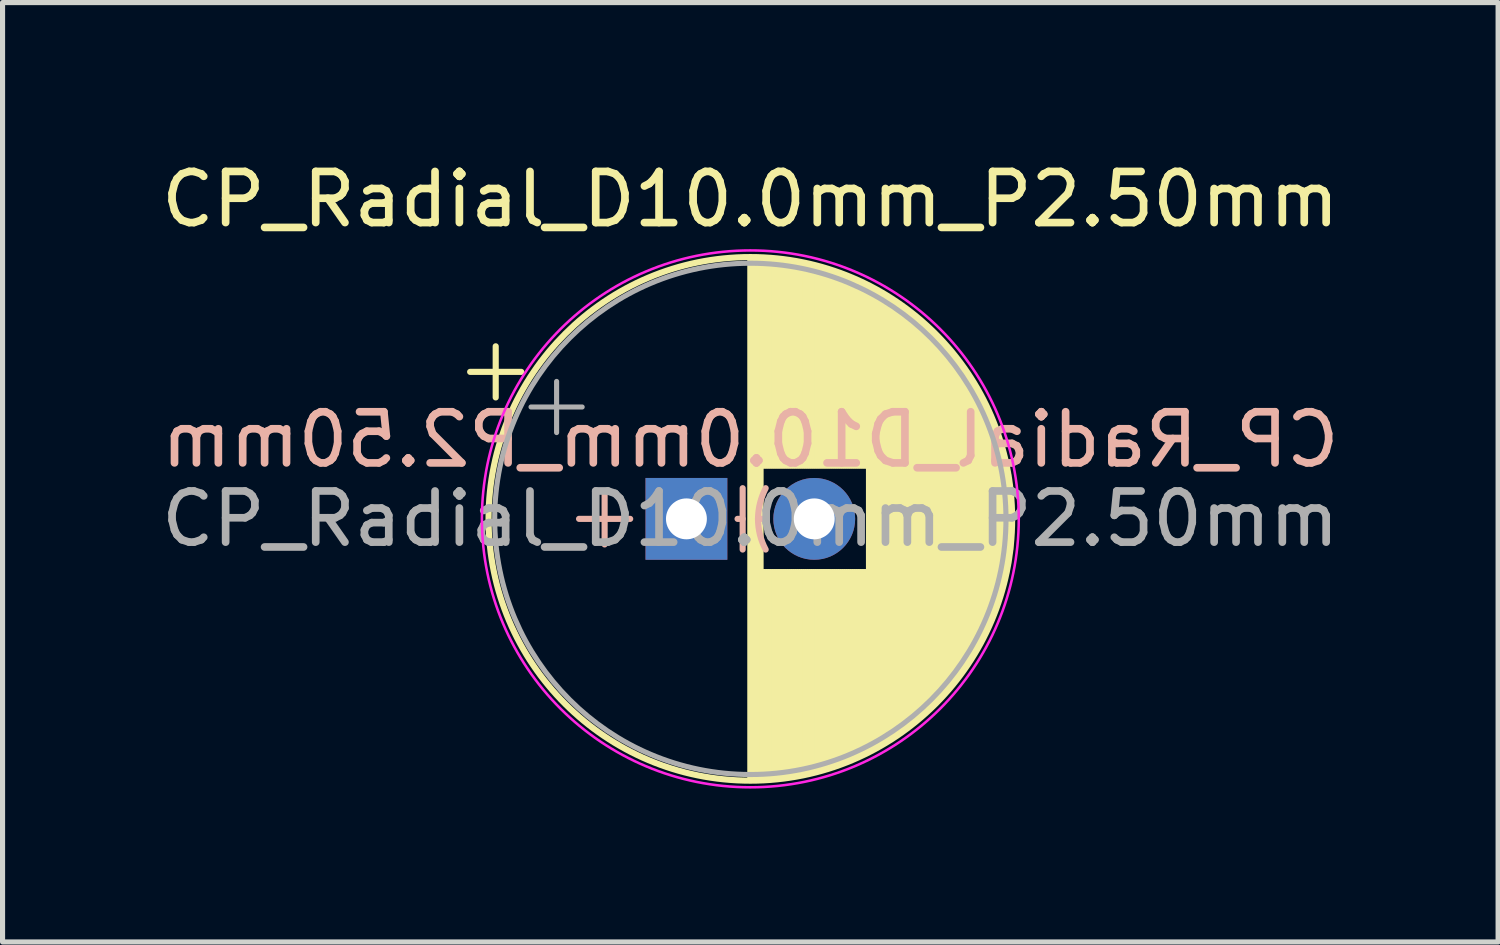
<source format=kicad_pcb>
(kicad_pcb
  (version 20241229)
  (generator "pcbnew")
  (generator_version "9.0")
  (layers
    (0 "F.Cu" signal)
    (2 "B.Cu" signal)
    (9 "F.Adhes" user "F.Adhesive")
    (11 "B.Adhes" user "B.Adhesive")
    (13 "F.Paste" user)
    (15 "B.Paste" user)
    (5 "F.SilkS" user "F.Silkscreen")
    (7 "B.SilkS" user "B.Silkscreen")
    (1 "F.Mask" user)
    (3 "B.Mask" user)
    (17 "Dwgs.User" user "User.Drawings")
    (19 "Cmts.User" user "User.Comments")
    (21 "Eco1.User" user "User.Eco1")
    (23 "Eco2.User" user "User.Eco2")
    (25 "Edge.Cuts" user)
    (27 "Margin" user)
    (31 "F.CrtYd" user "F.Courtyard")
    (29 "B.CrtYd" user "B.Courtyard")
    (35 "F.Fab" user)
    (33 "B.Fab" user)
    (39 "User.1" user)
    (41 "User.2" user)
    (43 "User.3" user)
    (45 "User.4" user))
  (footprint "CP_Radial_D10.0mm_P2.50mm"
    (layer "F.Cu")
    (at 10.375 7.098)
    (property "Reference" "CP_Radial_D10.0mm_P2.50mm" (at 1.25 -6.25 0) (layer "F.SilkS") (effects (font (size 1 1) (thickness 0.15))))
    (fp_line (start -4.23 -2.875) (end -3.23 -2.875) (stroke (width 0.12) (type solid)) (layer "F.SilkS"))
    (fp_line (start -3.73 -3.375) (end -3.73 -2.375) (stroke (width 0.12) (type solid)) (layer "F.SilkS"))
    (fp_line (start 1.25 -5.08) (end 1.25 5.08) (stroke (width 0.12) (type solid)) (layer "F.SilkS"))
    (fp_line (start 1.29 -5.08) (end 1.29 5.08) (stroke (width 0.12) (type solid)) (layer "F.SilkS"))
    (fp_line (start 1.33 -5.08) (end 1.33 5.08) (stroke (width 0.12) (type solid)) (layer "F.SilkS"))
    (fp_line (start 1.37 -5.079) (end 1.37 5.079) (stroke (width 0.12) (type solid)) (layer "F.SilkS"))
    (fp_line (start 1.41 -5.078) (end 1.41 5.078) (stroke (width 0.12) (type solid)) (layer "F.SilkS"))
    (fp_line (start 1.45 -5.077) (end 1.45 5.077) (stroke (width 0.12) (type solid)) (layer "F.SilkS"))
    (fp_line (start 1.49 -5.075) (end 1.49 -1.04) (stroke (width 0.12) (type solid)) (layer "F.SilkS"))
    (fp_line (start 1.49 1.04) (end 1.49 5.075) (stroke (width 0.12) (type solid)) (layer "F.SilkS"))
    (fp_line (start 1.53 -5.073) (end 1.53 -1.04) (stroke (width 0.12) (type solid)) (layer "F.SilkS"))
    (fp_line (start 1.53 1.04) (end 1.53 5.073) (stroke (width 0.12) (type solid)) (layer "F.SilkS"))
    (fp_line (start 1.57 -5.07) (end 1.57 -1.04) (stroke (width 0.12) (type solid)) (layer "F.SilkS"))
    (fp_line (start 1.57 1.04) (end 1.57 5.07) (stroke (width 0.12) (type solid)) (layer "F.SilkS"))
    (fp_line (start 1.61 -5.068) (end 1.61 -1.04) (stroke (width 0.12) (type solid)) (layer "F.SilkS"))
    (fp_line (start 1.61 1.04) (end 1.61 5.068) (stroke (width 0.12) (type solid)) (layer "F.SilkS"))
    (fp_line (start 1.65 -5.065) (end 1.65 -1.04) (stroke (width 0.12) (type solid)) (layer "F.SilkS"))
    (fp_line (start 1.65 1.04) (end 1.65 5.065) (stroke (width 0.12) (type solid)) (layer "F.SilkS"))
    (fp_line (start 1.69 -5.062) (end 1.69 -1.04) (stroke (width 0.12) (type solid)) (layer "F.SilkS"))
    (fp_line (start 1.69 1.04) (end 1.69 5.062) (stroke (width 0.12) (type solid)) (layer "F.SilkS"))
    (fp_line (start 1.73 -5.058) (end 1.73 -1.04) (stroke (width 0.12) (type solid)) (layer "F.SilkS"))
    (fp_line (start 1.73 1.04) (end 1.73 5.058) (stroke (width 0.12) (type solid)) (layer "F.SilkS"))
    (fp_line (start 1.77 -5.054) (end 1.77 -1.04) (stroke (width 0.12) (type solid)) (layer "F.SilkS"))
    (fp_line (start 1.77 1.04) (end 1.77 5.054) (stroke (width 0.12) (type solid)) (layer "F.SilkS"))
    (fp_line (start 1.81 -5.05) (end 1.81 -1.04) (stroke (width 0.12) (type solid)) (layer "F.SilkS"))
    (fp_line (start 1.81 1.04) (end 1.81 5.05) (stroke (width 0.12) (type solid)) (layer "F.SilkS"))
    (fp_line (start 1.85 -5.045) (end 1.85 -1.04) (stroke (width 0.12) (type solid)) (layer "F.SilkS"))
    (fp_line (start 1.85 1.04) (end 1.85 5.045) (stroke (width 0.12) (type solid)) (layer "F.SilkS"))
    (fp_line (start 1.89 -5.04) (end 1.89 -1.04) (stroke (width 0.12) (type solid)) (layer "F.SilkS"))
    (fp_line (start 1.89 1.04) (end 1.89 5.04) (stroke (width 0.12) (type solid)) (layer "F.SilkS"))
    (fp_line (start 1.93 -5.035) (end 1.93 -1.04) (stroke (width 0.12) (type solid)) (layer "F.SilkS"))
    (fp_line (start 1.93 1.04) (end 1.93 5.035) (stroke (width 0.12) (type solid)) (layer "F.SilkS"))
    (fp_line (start 1.971 -5.03) (end 1.971 -1.04) (stroke (width 0.12) (type solid)) (layer "F.SilkS"))
    (fp_line (start 1.971 1.04) (end 1.971 5.03) (stroke (width 0.12) (type solid)) (layer "F.SilkS"))
    (fp_line (start 2.011 -5.024) (end 2.011 -1.04) (stroke (width 0.12) (type solid)) (layer "F.SilkS"))
    (fp_line (start 2.011 1.04) (end 2.011 5.024) (stroke (width 0.12) (type solid)) (layer "F.SilkS"))
    (fp_line (start 2.051 -5.018) (end 2.051 -1.04) (stroke (width 0.12) (type solid)) (layer "F.SilkS"))
    (fp_line (start 2.051 1.04) (end 2.051 5.018) (stroke (width 0.12) (type solid)) (layer "F.SilkS"))
    (fp_line (start 2.091 -5.011) (end 2.091 -1.04) (stroke (width 0.12) (type solid)) (layer "F.SilkS"))
    (fp_line (start 2.091 1.04) (end 2.091 5.011) (stroke (width 0.12) (type solid)) (layer "F.SilkS"))
    (fp_line (start 2.131 -5.004) (end 2.131 -1.04) (stroke (width 0.12) (type solid)) (layer "F.SilkS"))
    (fp_line (start 2.131 1.04) (end 2.131 5.004) (stroke (width 0.12) (type solid)) (layer "F.SilkS"))
    (fp_line (start 2.171 -4.997) (end 2.171 -1.04) (stroke (width 0.12) (type solid)) (layer "F.SilkS"))
    (fp_line (start 2.171 1.04) (end 2.171 4.997) (stroke (width 0.12) (type solid)) (layer "F.SilkS"))
    (fp_line (start 2.211 -4.99) (end 2.211 -1.04) (stroke (width 0.12) (type solid)) (layer "F.SilkS"))
    (fp_line (start 2.211 1.04) (end 2.211 4.99) (stroke (width 0.12) (type solid)) (layer "F.SilkS"))
    (fp_line (start 2.251 -4.982) (end 2.251 -1.04) (stroke (width 0.12) (type solid)) (layer "F.SilkS"))
    (fp_line (start 2.251 1.04) (end 2.251 4.982) (stroke (width 0.12) (type solid)) (layer "F.SilkS"))
    (fp_line (start 2.291 -4.974) (end 2.291 -1.04) (stroke (width 0.12) (type solid)) (layer "F.SilkS"))
    (fp_line (start 2.291 1.04) (end 2.291 4.974) (stroke (width 0.12) (type solid)) (layer "F.SilkS"))
    (fp_line (start 2.331 -4.965) (end 2.331 -1.04) (stroke (width 0.12) (type solid)) (layer "F.SilkS"))
    (fp_line (start 2.331 1.04) (end 2.331 4.965) (stroke (width 0.12) (type solid)) (layer "F.SilkS"))
    (fp_line (start 2.371 -4.956) (end 2.371 -1.04) (stroke (width 0.12) (type solid)) (layer "F.SilkS"))
    (fp_line (start 2.371 1.04) (end 2.371 4.956) (stroke (width 0.12) (type solid)) (layer "F.SilkS"))
    (fp_line (start 2.411 -4.947) (end 2.411 -1.04) (stroke (width 0.12) (type solid)) (layer "F.SilkS"))
    (fp_line (start 2.411 1.04) (end 2.411 4.947) (stroke (width 0.12) (type solid)) (layer "F.SilkS"))
    (fp_line (start 2.451 -4.938) (end 2.451 -1.04) (stroke (width 0.12) (type solid)) (layer "F.SilkS"))
    (fp_line (start 2.451 1.04) (end 2.451 4.938) (stroke (width 0.12) (type solid)) (layer "F.SilkS"))
    (fp_line (start 2.491 -4.928) (end 2.491 -1.04) (stroke (width 0.12) (type solid)) (layer "F.SilkS"))
    (fp_line (start 2.491 1.04) (end 2.491 4.928) (stroke (width 0.12) (type solid)) (layer "F.SilkS"))
    (fp_line (start 2.531 -4.918) (end 2.531 -1.04) (stroke (width 0.12) (type solid)) (layer "F.SilkS"))
    (fp_line (start 2.531 1.04) (end 2.531 4.918) (stroke (width 0.12) (type solid)) (layer "F.SilkS"))
    (fp_line (start 2.571 -4.907) (end 2.571 -1.04) (stroke (width 0.12) (type solid)) (layer "F.SilkS"))
    (fp_line (start 2.571 1.04) (end 2.571 4.907) (stroke (width 0.12) (type solid)) (layer "F.SilkS"))
    (fp_line (start 2.611 -4.897) (end 2.611 -1.04) (stroke (width 0.12) (type solid)) (layer "F.SilkS"))
    (fp_line (start 2.611 1.04) (end 2.611 4.897) (stroke (width 0.12) (type solid)) (layer "F.SilkS"))
    (fp_line (start 2.651 -4.885) (end 2.651 -1.04) (stroke (width 0.12) (type solid)) (layer "F.SilkS"))
    (fp_line (start 2.651 1.04) (end 2.651 4.885) (stroke (width 0.12) (type solid)) (layer "F.SilkS"))
    (fp_line (start 2.691 -4.874) (end 2.691 -1.04) (stroke (width 0.12) (type solid)) (layer "F.SilkS"))
    (fp_line (start 2.691 1.04) (end 2.691 4.874) (stroke (width 0.12) (type solid)) (layer "F.SilkS"))
    (fp_line (start 2.731 -4.862) (end 2.731 -1.04) (stroke (width 0.12) (type solid)) (layer "F.SilkS"))
    (fp_line (start 2.731 1.04) (end 2.731 4.862) (stroke (width 0.12) (type solid)) (layer "F.SilkS"))
    (fp_line (start 2.771 -4.85) (end 2.771 -1.04) (stroke (width 0.12) (type solid)) (layer "F.SilkS"))
    (fp_line (start 2.771 1.04) (end 2.771 4.85) (stroke (width 0.12) (type solid)) (layer "F.SilkS"))
    (fp_line (start 2.811 -4.837) (end 2.811 -1.04) (stroke (width 0.12) (type solid)) (layer "F.SilkS"))
    (fp_line (start 2.811 1.04) (end 2.811 4.837) (stroke (width 0.12) (type solid)) (layer "F.SilkS"))
    (fp_line (start 2.851 -4.824) (end 2.851 -1.04) (stroke (width 0.12) (type solid)) (layer "F.SilkS"))
    (fp_line (start 2.851 1.04) (end 2.851 4.824) (stroke (width 0.12) (type solid)) (layer "F.SilkS"))
    (fp_line (start 2.891 -4.811) (end 2.891 -1.04) (stroke (width 0.12) (type solid)) (layer "F.SilkS"))
    (fp_line (start 2.891 1.04) (end 2.891 4.811) (stroke (width 0.12) (type solid)) (layer "F.SilkS"))
    (fp_line (start 2.931 -4.797) (end 2.931 -1.04) (stroke (width 0.12) (type solid)) (layer "F.SilkS"))
    (fp_line (start 2.931 1.04) (end 2.931 4.797) (stroke (width 0.12) (type solid)) (layer "F.SilkS"))
    (fp_line (start 2.971 -4.783) (end 2.971 -1.04) (stroke (width 0.12) (type solid)) (layer "F.SilkS"))
    (fp_line (start 2.971 1.04) (end 2.971 4.783) (stroke (width 0.12) (type solid)) (layer "F.SilkS"))
    (fp_line (start 3.011 -4.768) (end 3.011 -1.04) (stroke (width 0.12) (type solid)) (layer "F.SilkS"))
    (fp_line (start 3.011 1.04) (end 3.011 4.768) (stroke (width 0.12) (type solid)) (layer "F.SilkS"))
    (fp_line (start 3.051 -4.754) (end 3.051 -1.04) (stroke (width 0.12) (type solid)) (layer "F.SilkS"))
    (fp_line (start 3.051 1.04) (end 3.051 4.754) (stroke (width 0.12) (type solid)) (layer "F.SilkS"))
    (fp_line (start 3.091 -4.738) (end 3.091 -1.04) (stroke (width 0.12) (type solid)) (layer "F.SilkS"))
    (fp_line (start 3.091 1.04) (end 3.091 4.738) (stroke (width 0.12) (type solid)) (layer "F.SilkS"))
    (fp_line (start 3.131 -4.723) (end 3.131 -1.04) (stroke (width 0.12) (type solid)) (layer "F.SilkS"))
    (fp_line (start 3.131 1.04) (end 3.131 4.723) (stroke (width 0.12) (type solid)) (layer "F.SilkS"))
    (fp_line (start 3.171 -4.707) (end 3.171 -1.04) (stroke (width 0.12) (type solid)) (layer "F.SilkS"))
    (fp_line (start 3.171 1.04) (end 3.171 4.707) (stroke (width 0.12) (type solid)) (layer "F.SilkS"))
    (fp_line (start 3.211 -4.69) (end 3.211 -1.04) (stroke (width 0.12) (type solid)) (layer "F.SilkS"))
    (fp_line (start 3.211 1.04) (end 3.211 4.69) (stroke (width 0.12) (type solid)) (layer "F.SilkS"))
    (fp_line (start 3.251 -4.674) (end 3.251 -1.04) (stroke (width 0.12) (type solid)) (layer "F.SilkS"))
    (fp_line (start 3.251 1.04) (end 3.251 4.674) (stroke (width 0.12) (type solid)) (layer "F.SilkS"))
    (fp_line (start 3.291 -4.657) (end 3.291 -1.04) (stroke (width 0.12) (type solid)) (layer "F.SilkS"))
    (fp_line (start 3.291 1.04) (end 3.291 4.657) (stroke (width 0.12) (type solid)) (layer "F.SilkS"))
    (fp_line (start 3.331 -4.639) (end 3.331 -1.04) (stroke (width 0.12) (type solid)) (layer "F.SilkS"))
    (fp_line (start 3.331 1.04) (end 3.331 4.639) (stroke (width 0.12) (type solid)) (layer "F.SilkS"))
    (fp_line (start 3.371 -4.621) (end 3.371 -1.04) (stroke (width 0.12) (type solid)) (layer "F.SilkS"))
    (fp_line (start 3.371 1.04) (end 3.371 4.621) (stroke (width 0.12) (type solid)) (layer "F.SilkS"))
    (fp_line (start 3.411 -4.603) (end 3.411 -1.04) (stroke (width 0.12) (type solid)) (layer "F.SilkS"))
    (fp_line (start 3.411 1.04) (end 3.411 4.603) (stroke (width 0.12) (type solid)) (layer "F.SilkS"))
    (fp_line (start 3.451 -4.584) (end 3.451 -1.04) (stroke (width 0.12) (type solid)) (layer "F.SilkS"))
    (fp_line (start 3.451 1.04) (end 3.451 4.584) (stroke (width 0.12) (type solid)) (layer "F.SilkS"))
    (fp_line (start 3.491 -4.564) (end 3.491 -1.04) (stroke (width 0.12) (type solid)) (layer "F.SilkS"))
    (fp_line (start 3.491 1.04) (end 3.491 4.564) (stroke (width 0.12) (type solid)) (layer "F.SilkS"))
    (fp_line (start 3.531 -4.545) (end 3.531 -1.04) (stroke (width 0.12) (type solid)) (layer "F.SilkS"))
    (fp_line (start 3.531 1.04) (end 3.531 4.545) (stroke (width 0.12) (type solid)) (layer "F.SilkS"))
    (fp_line (start 3.571 -4.525) (end 3.571 4.525) (stroke (width 0.12) (type solid)) (layer "F.SilkS"))
    (fp_line (start 3.611 -4.504) (end 3.611 4.504) (stroke (width 0.12) (type solid)) (layer "F.SilkS"))
    (fp_line (start 3.651 -4.483) (end 3.651 4.483) (stroke (width 0.12) (type solid)) (layer "F.SilkS"))
    (fp_line (start 3.691 -4.462) (end 3.691 4.462) (stroke (width 0.12) (type solid)) (layer "F.SilkS"))
    (fp_line (start 3.731 -4.44) (end 3.731 4.44) (stroke (width 0.12) (type solid)) (layer "F.SilkS"))
    (fp_line (start 3.771 -4.417) (end 3.771 4.417) (stroke (width 0.12) (type solid)) (layer "F.SilkS"))
    (fp_line (start 3.811 -4.395) (end 3.811 4.395) (stroke (width 0.12) (type solid)) (layer "F.SilkS"))
    (fp_line (start 3.851 -4.371) (end 3.851 4.371) (stroke (width 0.12) (type solid)) (layer "F.SilkS"))
    (fp_line (start 3.891 -4.347) (end 3.891 4.347) (stroke (width 0.12) (type solid)) (layer "F.SilkS"))
    (fp_line (start 3.931 -4.323) (end 3.931 4.323) (stroke (width 0.12) (type solid)) (layer "F.SilkS"))
    (fp_line (start 3.971 -4.298) (end 3.971 4.298) (stroke (width 0.12) (type solid)) (layer "F.SilkS"))
    (fp_line (start 4.011 -4.273) (end 4.011 4.273) (stroke (width 0.12) (type solid)) (layer "F.SilkS"))
    (fp_line (start 4.051 -4.247) (end 4.051 4.247) (stroke (width 0.12) (type solid)) (layer "F.SilkS"))
    (fp_line (start 4.091 -4.221) (end 4.091 4.221) (stroke (width 0.12) (type solid)) (layer "F.SilkS"))
    (fp_line (start 4.131 -4.194) (end 4.131 4.194) (stroke (width 0.12) (type solid)) (layer "F.SilkS"))
    (fp_line (start 4.171 -4.166) (end 4.171 4.166) (stroke (width 0.12) (type solid)) (layer "F.SilkS"))
    (fp_line (start 4.211 -4.138) (end 4.211 4.138) (stroke (width 0.12) (type solid)) (layer "F.SilkS"))
    (fp_line (start 4.251 -4.11) (end 4.251 4.11) (stroke (width 0.12) (type solid)) (layer "F.SilkS"))
    (fp_line (start 4.291 -4.08) (end 4.291 4.08) (stroke (width 0.12) (type solid)) (layer "F.SilkS"))
    (fp_line (start 4.331 -4.05) (end 4.331 4.05) (stroke (width 0.12) (type solid)) (layer "F.SilkS"))
    (fp_line (start 4.371 -4.02) (end 4.371 4.02) (stroke (width 0.12) (type solid)) (layer "F.SilkS"))
    (fp_line (start 4.411 -3.989) (end 4.411 3.989) (stroke (width 0.12) (type solid)) (layer "F.SilkS"))
    (fp_line (start 4.451 -3.957) (end 4.451 3.957) (stroke (width 0.12) (type solid)) (layer "F.SilkS"))
    (fp_line (start 4.491 -3.925) (end 4.491 3.925) (stroke (width 0.12) (type solid)) (layer "F.SilkS"))
    (fp_line (start 4.531 -3.892) (end 4.531 3.892) (stroke (width 0.12) (type solid)) (layer "F.SilkS"))
    (fp_line (start 4.571 -3.858) (end 4.571 3.858) (stroke (width 0.12) (type solid)) (layer "F.SilkS"))
    (fp_line (start 4.611 -3.824) (end 4.611 3.824) (stroke (width 0.12) (type solid)) (layer "F.SilkS"))
    (fp_line (start 4.651 -3.789) (end 4.651 3.789) (stroke (width 0.12) (type solid)) (layer "F.SilkS"))
    (fp_line (start 4.691 -3.753) (end 4.691 3.753) (stroke (width 0.12) (type solid)) (layer "F.SilkS"))
    (fp_line (start 4.731 -3.716) (end 4.731 3.716) (stroke (width 0.12) (type solid)) (layer "F.SilkS"))
    (fp_line (start 4.771 -3.679) (end 4.771 3.679) (stroke (width 0.12) (type solid)) (layer "F.SilkS"))
    (fp_line (start 4.811 -3.64) (end 4.811 3.64) (stroke (width 0.12) (type solid)) (layer "F.SilkS"))
    (fp_line (start 4.851 -3.601) (end 4.851 3.601) (stroke (width 0.12) (type solid)) (layer "F.SilkS"))
    (fp_line (start 4.891 -3.561) (end 4.891 3.561) (stroke (width 0.12) (type solid)) (layer "F.SilkS"))
    (fp_line (start 4.931 -3.52) (end 4.931 3.52) (stroke (width 0.12) (type solid)) (layer "F.SilkS"))
    (fp_line (start 4.971 -3.478) (end 4.971 3.478) (stroke (width 0.12) (type solid)) (layer "F.SilkS"))
    (fp_line (start 5.011 -3.436) (end 5.011 3.436) (stroke (width 0.12) (type solid)) (layer "F.SilkS"))
    (fp_line (start 5.051 -3.392) (end 5.051 3.392) (stroke (width 0.12) (type solid)) (layer "F.SilkS"))
    (fp_line (start 5.091 -3.347) (end 5.091 3.347) (stroke (width 0.12) (type solid)) (layer "F.SilkS"))
    (fp_line (start 5.131 -3.301) (end 5.131 3.301) (stroke (width 0.12) (type solid)) (layer "F.SilkS"))
    (fp_line (start 5.171 -3.254) (end 5.171 3.254) (stroke (width 0.12) (type solid)) (layer "F.SilkS"))
    (fp_line (start 5.211 -3.206) (end 5.211 3.206) (stroke (width 0.12) (type solid)) (layer "F.SilkS"))
    (fp_line (start 5.251 -3.156) (end 5.251 3.156) (stroke (width 0.12) (type solid)) (layer "F.SilkS"))
    (fp_line (start 5.291 -3.106) (end 5.291 3.106) (stroke (width 0.12) (type solid)) (layer "F.SilkS"))
    (fp_line (start 5.331 -3.054) (end 5.331 3.054) (stroke (width 0.12) (type solid)) (layer "F.SilkS"))
    (fp_line (start 5.371 -3) (end 5.371 3) (stroke (width 0.12) (type solid)) (layer "F.SilkS"))
    (fp_line (start 5.411 -2.945) (end 5.411 2.945) (stroke (width 0.12) (type solid)) (layer "F.SilkS"))
    (fp_line (start 5.451 -2.889) (end 5.451 2.889) (stroke (width 0.12) (type solid)) (layer "F.SilkS"))
    (fp_line (start 5.491 -2.83) (end 5.491 2.83) (stroke (width 0.12) (type solid)) (layer "F.SilkS"))
    (fp_line (start 5.531 -2.77) (end 5.531 2.77) (stroke (width 0.12) (type solid)) (layer "F.SilkS"))
    (fp_line (start 5.571 -2.709) (end 5.571 2.709) (stroke (width 0.12) (type solid)) (layer "F.SilkS"))
    (fp_line (start 5.611 -2.645) (end 5.611 2.645) (stroke (width 0.12) (type solid)) (layer "F.SilkS"))
    (fp_line (start 5.651 -2.579) (end 5.651 2.579) (stroke (width 0.12) (type solid)) (layer "F.SilkS"))
    (fp_line (start 5.691 -2.51) (end 5.691 2.51) (stroke (width 0.12) (type solid)) (layer "F.SilkS"))
    (fp_line (start 5.731 -2.439) (end 5.731 2.439) (stroke (width 0.12) (type solid)) (layer "F.SilkS"))
    (fp_line (start 5.771 -2.365) (end 5.771 2.365) (stroke (width 0.12) (type solid)) (layer "F.SilkS"))
    (fp_line (start 5.811 -2.289) (end 5.811 2.289) (stroke (width 0.12) (type solid)) (layer "F.SilkS"))
    (fp_line (start 5.851 -2.209) (end 5.851 2.209) (stroke (width 0.12) (type solid)) (layer "F.SilkS"))
    (fp_line (start 5.891 -2.125) (end 5.891 2.125) (stroke (width 0.12) (type solid)) (layer "F.SilkS"))
    (fp_line (start 5.931 -2.037) (end 5.931 2.037) (stroke (width 0.12) (type solid)) (layer "F.SilkS"))
    (fp_line (start 5.971 -1.944) (end 5.971 1.944) (stroke (width 0.12) (type solid)) (layer "F.SilkS"))
    (fp_line (start 6.011 -1.846) (end 6.011 1.846) (stroke (width 0.12) (type solid)) (layer "F.SilkS"))
    (fp_line (start 6.051 -1.742) (end 6.051 1.742) (stroke (width 0.12) (type solid)) (layer "F.SilkS"))
    (fp_line (start 6.091 -1.63) (end 6.091 1.63) (stroke (width 0.12) (type solid)) (layer "F.SilkS"))
    (fp_line (start 6.131 -1.51) (end 6.131 1.51) (stroke (width 0.12) (type solid)) (layer "F.SilkS"))
    (fp_line (start 6.171 -1.378) (end 6.171 1.378) (stroke (width 0.12) (type solid)) (layer "F.SilkS"))
    (fp_line (start 6.211 -1.23) (end 6.211 1.23) (stroke (width 0.12) (type solid)) (layer "F.SilkS"))
    (fp_line (start 6.251 -1.062) (end 6.251 1.062) (stroke (width 0.12) (type solid)) (layer "F.SilkS"))
    (fp_line (start 6.291 -0.862) (end 6.291 0.862) (stroke (width 0.12) (type solid)) (layer "F.SilkS"))
    (fp_line (start 6.331 -0.599) (end 6.331 0.599) (stroke (width 0.12) (type solid)) (layer "F.SilkS"))
    (fp_circle (center 1.25 0) (end 6.37 0) (stroke (width 0.12) (type solid)) (fill no) (layer "F.SilkS"))
    (fp_line (start -1.6 -0.5) (end -1.6 0.5) (stroke (width 0.12) (type solid)) (layer "B.SilkS"))
    (fp_line (start -1.1 0) (end -2.1 0) (stroke (width 0.12) (type solid)) (layer "B.SilkS"))
    (fp_line (start 1.1 0) (end 1 0) (stroke (width 0.12) (type solid)) (layer "B.SilkS"))
    (fp_line (start 1.1 0.6) (end 1.1 -0.6) (stroke (width 0.12) (type solid)) (layer "B.SilkS"))
    (fp_line (start 1.4 0) (end 1.5 0) (stroke (width 0.12) (type solid)) (layer "B.SilkS"))
    (fp_arc (start 1.4 0) (mid 1.440022 -0.308744) (end 1.55 -0.6) (stroke (width 0.12) (type solid)) (layer "B.SilkS"))
    (fp_arc (start 1.55 0.6) (mid 1.438098 0.309225) (end 1.4 0) (stroke (width 0.12) (type solid)) (layer "B.SilkS"))
    (fp_circle (center 1.25 0) (end 6.5 0) (stroke (width 0.05) (type solid)) (fill no) (layer "F.CrtYd"))
    (fp_line (start -3.039 -2.188) (end -2.039 -2.188) (stroke (width 0.1) (type solid)) (layer "F.Fab"))
    (fp_line (start -2.539 -2.688) (end -2.539 -1.688) (stroke (width 0.1) (type solid)) (layer "F.Fab"))
    (fp_circle (center 1.25 0) (end 6.25 0) (stroke (width 0.1) (type solid)) (fill no) (layer "F.Fab"))
    (fp_text user "${REFERENCE}" (at 1.25 -1.55 0) (layer "B.SilkS") (effects (font (size 1 1) (thickness 0.15)) (justify mirror)))
    (fp_text user "${REFERENCE}" (at 1.25 0 0) (layer "F.Fab") (effects (font (size 1 1) (thickness 0.15))))
    (pad "1" thru_hole rect (at 0 0) (size 1.6 1.6) (drill 0.8) (layers "*.Cu" "*.Mask"))
    (pad "2" thru_hole circle (at 2.5 0) (size 1.6 1.6) (drill 0.8) (layers "*.Cu" "*.Mask")))
  (gr_rect
    (start -3 -3)
    (end 26.25 15.373)
    (stroke (width 0.1) (type default))
    (fill no)
    (layer "Edge.Cuts")))
</source>
